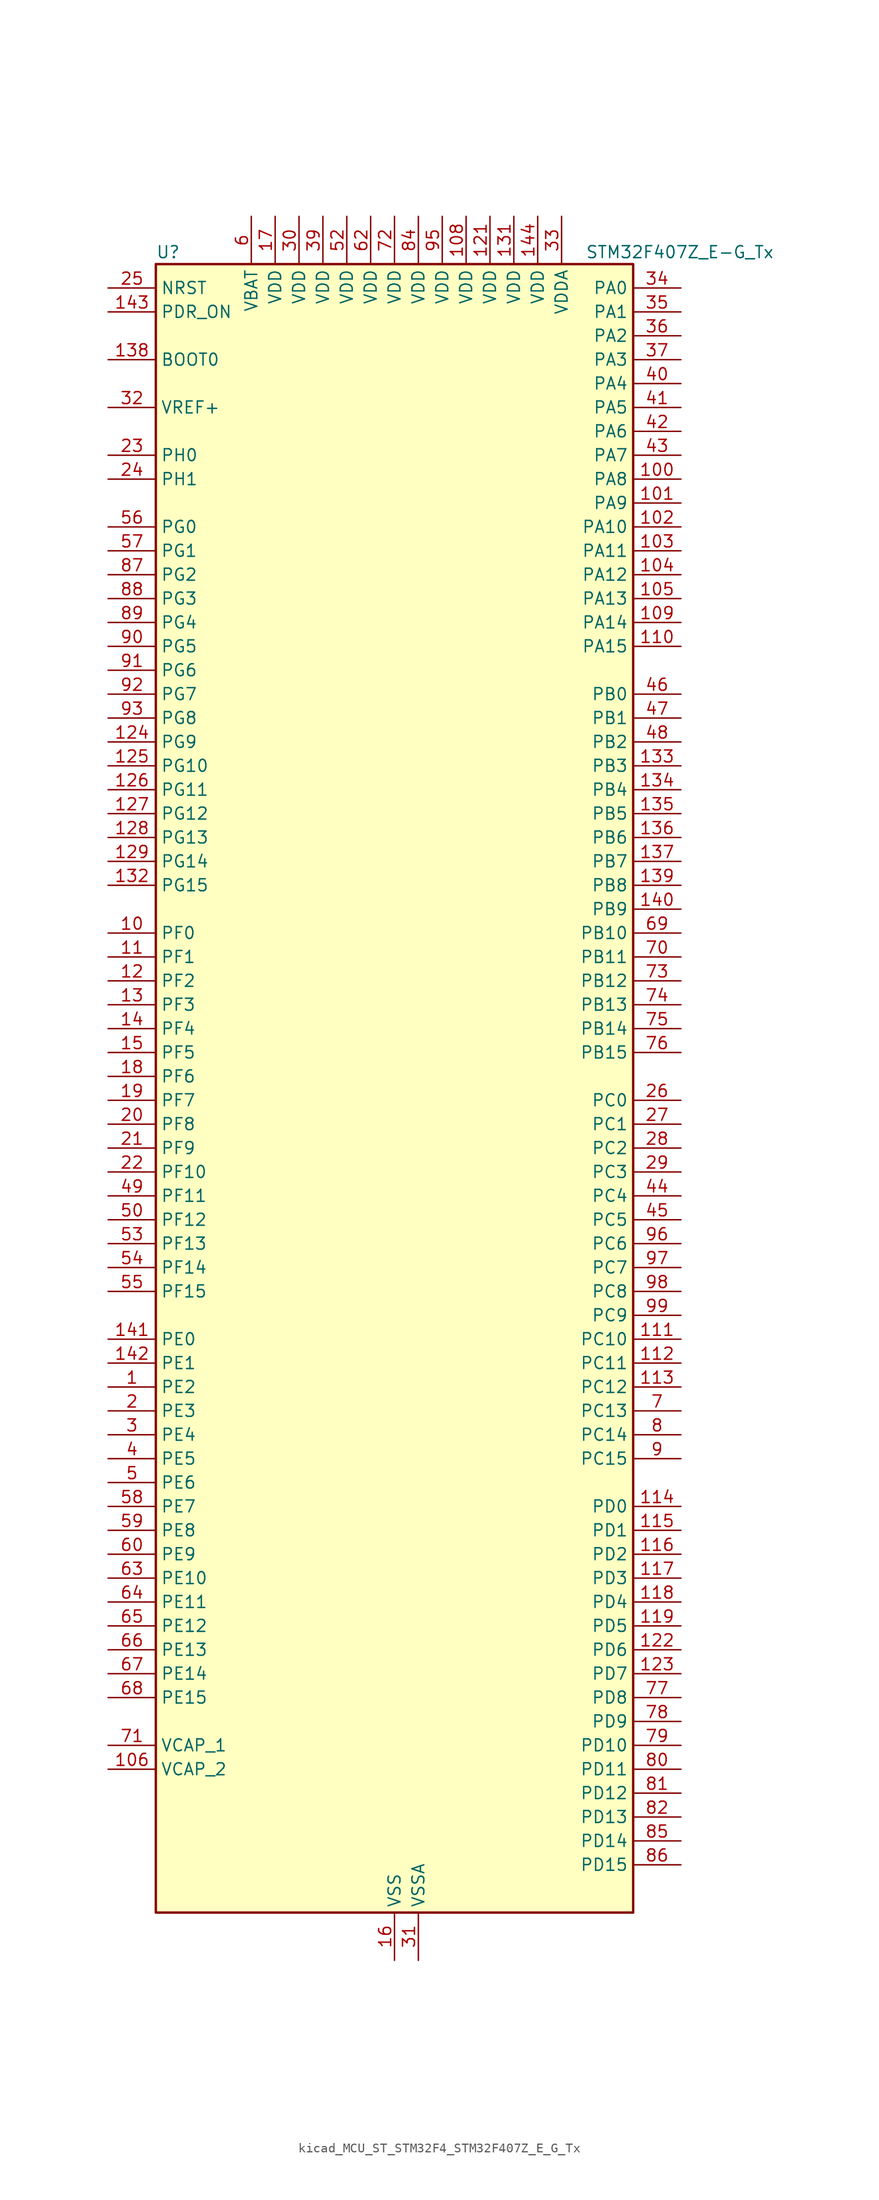
<source format=kicad_sym>
(kicad_symbol_lib
  (version 20220914)
  (generator kicad_symbol_editor)
  (symbol "kicad_MCU_ST_STM32F4_STM32F407Z_E_G_Tx"
    (property "Reference" "U"
      (at -25.4 90.17 0)
      (effects (font (size 1.27 1.27)) (justify left)))
    (property "Value" "STM32F407Z_E-G_Tx"
      (at 20.32 90.17 0)
      (effects (font (size 1.27 1.27)) (justify left)))
    (property "ki_locked" ""
      (at 0 0 0)
      (effects (font (size 1.27 1.27))))
    (symbol "kicad_MCU_ST_STM32F4_STM32F407Z_E_G_Tx_0_1"
      (rectangle (start -25.4 -86.36) (end 25.4 88.9) (stroke (width 0.254) (type default)) (fill (type background))))
    (symbol "kicad_MCU_ST_STM32F4_STM32F407Z_E_G_Tx_1_1"
      (pin bidirectional line (at -30.48 -30.48 0) (length 5.08) (name "PE2" (effects (font (size 1.27 1.27)))) (number "1" (effects (font (size 1.27 1.27)))) (alternate "ETH_TXD3" bidirectional line) (alternate "FSMC_A23" bidirectional line) (alternate "SYS_TRACECLK" bidirectional line))
      (pin bidirectional line (at -30.48 17.78 0) (length 5.08) (name "PF0" (effects (font (size 1.27 1.27)))) (number "10" (effects (font (size 1.27 1.27)))) (alternate "FSMC_A0" bidirectional line) (alternate "I2C2_SDA" bidirectional line))
      (pin bidirectional line (at 30.48 66.04 180) (length 5.08) (name "PA8" (effects (font (size 1.27 1.27)))) (number "100" (effects (font (size 1.27 1.27)))) (alternate "I2C3_SCL" bidirectional line) (alternate "RCC_MCO_1" bidirectional line) (alternate "TIM1_CH1" bidirectional line) (alternate "USART1_CK" bidirectional line) (alternate "USB_OTG_FS_SOF" bidirectional line))
      (pin bidirectional line (at 30.48 63.5 180) (length 5.08) (name "PA9" (effects (font (size 1.27 1.27)))) (number "101" (effects (font (size 1.27 1.27)))) (alternate "DAC_EXTI9" bidirectional line) (alternate "DCMI_D0" bidirectional line) (alternate "I2C3_SMBA" bidirectional line) (alternate "TIM1_CH2" bidirectional line) (alternate "USART1_TX" bidirectional line) (alternate "USB_OTG_FS_VBUS" bidirectional line))
      (pin bidirectional line (at 30.48 60.96 180) (length 5.08) (name "PA10" (effects (font (size 1.27 1.27)))) (number "102" (effects (font (size 1.27 1.27)))) (alternate "DCMI_D1" bidirectional line) (alternate "TIM1_CH3" bidirectional line) (alternate "USART1_RX" bidirectional line) (alternate "USB_OTG_FS_ID" bidirectional line))
      (pin bidirectional line (at 30.48 58.42 180) (length 5.08) (name "PA11" (effects (font (size 1.27 1.27)))) (number "103" (effects (font (size 1.27 1.27)))) (alternate "ADC1_EXTI11" bidirectional line) (alternate "ADC2_EXTI11" bidirectional line) (alternate "ADC3_EXTI11" bidirectional line) (alternate "CAN1_RX" bidirectional line) (alternate "TIM1_CH4" bidirectional line) (alternate "USART1_CTS" bidirectional line) (alternate "USB_OTG_FS_DM" bidirectional line))
      (pin bidirectional line (at 30.48 55.88 180) (length 5.08) (name "PA12" (effects (font (size 1.27 1.27)))) (number "104" (effects (font (size 1.27 1.27)))) (alternate "CAN1_TX" bidirectional line) (alternate "TIM1_ETR" bidirectional line) (alternate "USART1_RTS" bidirectional line) (alternate "USB_OTG_FS_DP" bidirectional line))
      (pin bidirectional line (at 30.48 53.34 180) (length 5.08) (name "PA13" (effects (font (size 1.27 1.27)))) (number "105" (effects (font (size 1.27 1.27)))) (alternate "SYS_JTMS-SWDIO" bidirectional line))
      (pin power_out line (at -30.48 -71.12 0) (length 5.08) (name "VCAP_2" (effects (font (size 1.27 1.27)))) (number "106" (effects (font (size 1.27 1.27)))))
      (pin passive line (at 0 -91.44 90) (length 5.08) hide (name "VSS" (effects (font (size 1.27 1.27)))) (number "107" (effects (font (size 1.27 1.27)))))
      (pin power_in line (at 7.62 93.98 270) (length 5.08) (name "VDD" (effects (font (size 1.27 1.27)))) (number "108" (effects (font (size 1.27 1.27)))))
      (pin bidirectional line (at 30.48 50.8 180) (length 5.08) (name "PA14" (effects (font (size 1.27 1.27)))) (number "109" (effects (font (size 1.27 1.27)))) (alternate "SYS_JTCK-SWCLK" bidirectional line))
      (pin bidirectional line (at -30.48 15.24 0) (length 5.08) (name "PF1" (effects (font (size 1.27 1.27)))) (number "11" (effects (font (size 1.27 1.27)))) (alternate "FSMC_A1" bidirectional line) (alternate "I2C2_SCL" bidirectional line))
      (pin bidirectional line (at 30.48 48.26 180) (length 5.08) (name "PA15" (effects (font (size 1.27 1.27)))) (number "110" (effects (font (size 1.27 1.27)))) (alternate "ADC1_EXTI15" bidirectional line) (alternate "ADC2_EXTI15" bidirectional line) (alternate "ADC3_EXTI15" bidirectional line) (alternate "I2S3_WS" bidirectional line) (alternate "SPI1_NSS" bidirectional line) (alternate "SPI3_NSS" bidirectional line) (alternate "SYS_JTDI" bidirectional line) (alternate "TIM2_CH1" bidirectional line) (alternate "TIM2_ETR" bidirectional line))
      (pin bidirectional line (at 30.48 -25.4 180) (length 5.08) (name "PC10" (effects (font (size 1.27 1.27)))) (number "111" (effects (font (size 1.27 1.27)))) (alternate "DCMI_D8" bidirectional line) (alternate "I2S3_CK" bidirectional line) (alternate "SDIO_D2" bidirectional line) (alternate "SPI3_SCK" bidirectional line) (alternate "UART4_TX" bidirectional line) (alternate "USART3_TX" bidirectional line))
      (pin bidirectional line (at 30.48 -27.94 180) (length 5.08) (name "PC11" (effects (font (size 1.27 1.27)))) (number "112" (effects (font (size 1.27 1.27)))) (alternate "ADC1_EXTI11" bidirectional line) (alternate "ADC2_EXTI11" bidirectional line) (alternate "ADC3_EXTI11" bidirectional line) (alternate "DCMI_D4" bidirectional line) (alternate "I2S3_ext_SD" bidirectional line) (alternate "SDIO_D3" bidirectional line) (alternate "SPI3_MISO" bidirectional line) (alternate "UART4_RX" bidirectional line) (alternate "USART3_RX" bidirectional line))
      (pin bidirectional line (at 30.48 -30.48 180) (length 5.08) (name "PC12" (effects (font (size 1.27 1.27)))) (number "113" (effects (font (size 1.27 1.27)))) (alternate "DCMI_D9" bidirectional line) (alternate "I2S3_SD" bidirectional line) (alternate "SDIO_CK" bidirectional line) (alternate "SPI3_MOSI" bidirectional line) (alternate "UART5_TX" bidirectional line) (alternate "USART3_CK" bidirectional line))
      (pin bidirectional line (at 30.48 -43.18 180) (length 5.08) (name "PD0" (effects (font (size 1.27 1.27)))) (number "114" (effects (font (size 1.27 1.27)))) (alternate "CAN1_RX" bidirectional line) (alternate "FSMC_D2" bidirectional line) (alternate "FSMC_DA2" bidirectional line))
      (pin bidirectional line (at 30.48 -45.72 180) (length 5.08) (name "PD1" (effects (font (size 1.27 1.27)))) (number "115" (effects (font (size 1.27 1.27)))) (alternate "CAN1_TX" bidirectional line) (alternate "FSMC_D3" bidirectional line) (alternate "FSMC_DA3" bidirectional line))
      (pin bidirectional line (at 30.48 -48.26 180) (length 5.08) (name "PD2" (effects (font (size 1.27 1.27)))) (number "116" (effects (font (size 1.27 1.27)))) (alternate "DCMI_D11" bidirectional line) (alternate "SDIO_CMD" bidirectional line) (alternate "TIM3_ETR" bidirectional line) (alternate "UART5_RX" bidirectional line))
      (pin bidirectional line (at 30.48 -50.8 180) (length 5.08) (name "PD3" (effects (font (size 1.27 1.27)))) (number "117" (effects (font (size 1.27 1.27)))) (alternate "FSMC_CLK" bidirectional line) (alternate "USART2_CTS" bidirectional line))
      (pin bidirectional line (at 30.48 -53.34 180) (length 5.08) (name "PD4" (effects (font (size 1.27 1.27)))) (number "118" (effects (font (size 1.27 1.27)))) (alternate "FSMC_NOE" bidirectional line) (alternate "USART2_RTS" bidirectional line))
      (pin bidirectional line (at 30.48 -55.88 180) (length 5.08) (name "PD5" (effects (font (size 1.27 1.27)))) (number "119" (effects (font (size 1.27 1.27)))) (alternate "FSMC_NWE" bidirectional line) (alternate "USART2_TX" bidirectional line))
      (pin bidirectional line (at -30.48 12.7 0) (length 5.08) (name "PF2" (effects (font (size 1.27 1.27)))) (number "12" (effects (font (size 1.27 1.27)))) (alternate "FSMC_A2" bidirectional line) (alternate "I2C2_SMBA" bidirectional line))
      (pin passive line (at 0 -91.44 90) (length 5.08) hide (name "VSS" (effects (font (size 1.27 1.27)))) (number "120" (effects (font (size 1.27 1.27)))))
      (pin power_in line (at 10.16 93.98 270) (length 5.08) (name "VDD" (effects (font (size 1.27 1.27)))) (number "121" (effects (font (size 1.27 1.27)))))
      (pin bidirectional line (at 30.48 -58.42 180) (length 5.08) (name "PD6" (effects (font (size 1.27 1.27)))) (number "122" (effects (font (size 1.27 1.27)))) (alternate "FSMC_NWAIT" bidirectional line) (alternate "USART2_RX" bidirectional line))
      (pin bidirectional line (at 30.48 -60.96 180) (length 5.08) (name "PD7" (effects (font (size 1.27 1.27)))) (number "123" (effects (font (size 1.27 1.27)))) (alternate "FSMC_NCE2" bidirectional line) (alternate "FSMC_NE1" bidirectional line) (alternate "USART2_CK" bidirectional line))
      (pin bidirectional line (at -30.48 38.1 0) (length 5.08) (name "PG9" (effects (font (size 1.27 1.27)))) (number "124" (effects (font (size 1.27 1.27)))) (alternate "DAC_EXTI9" bidirectional line) (alternate "FSMC_NCE3" bidirectional line) (alternate "FSMC_NE2" bidirectional line) (alternate "USART6_RX" bidirectional line))
      (pin bidirectional line (at -30.48 35.56 0) (length 5.08) (name "PG10" (effects (font (size 1.27 1.27)))) (number "125" (effects (font (size 1.27 1.27)))) (alternate "FSMC_NCE4_1" bidirectional line) (alternate "FSMC_NE3" bidirectional line))
      (pin bidirectional line (at -30.48 33.02 0) (length 5.08) (name "PG11" (effects (font (size 1.27 1.27)))) (number "126" (effects (font (size 1.27 1.27)))) (alternate "ADC1_EXTI11" bidirectional line) (alternate "ADC2_EXTI11" bidirectional line) (alternate "ADC3_EXTI11" bidirectional line) (alternate "ETH_TX_EN" bidirectional line) (alternate "FSMC_NCE4_2" bidirectional line))
      (pin bidirectional line (at -30.48 30.48 0) (length 5.08) (name "PG12" (effects (font (size 1.27 1.27)))) (number "127" (effects (font (size 1.27 1.27)))) (alternate "FSMC_NE4" bidirectional line) (alternate "USART6_RTS" bidirectional line))
      (pin bidirectional line (at -30.48 27.94 0) (length 5.08) (name "PG13" (effects (font (size 1.27 1.27)))) (number "128" (effects (font (size 1.27 1.27)))) (alternate "ETH_TXD0" bidirectional line) (alternate "FSMC_A24" bidirectional line) (alternate "USART6_CTS" bidirectional line))
      (pin bidirectional line (at -30.48 25.4 0) (length 5.08) (name "PG14" (effects (font (size 1.27 1.27)))) (number "129" (effects (font (size 1.27 1.27)))) (alternate "ETH_TXD1" bidirectional line) (alternate "FSMC_A25" bidirectional line) (alternate "USART6_TX" bidirectional line))
      (pin bidirectional line (at -30.48 10.16 0) (length 5.08) (name "PF3" (effects (font (size 1.27 1.27)))) (number "13" (effects (font (size 1.27 1.27)))) (alternate "ADC3_IN9" bidirectional line) (alternate "FSMC_A3" bidirectional line))
      (pin passive line (at 0 -91.44 90) (length 5.08) hide (name "VSS" (effects (font (size 1.27 1.27)))) (number "130" (effects (font (size 1.27 1.27)))))
      (pin power_in line (at 12.7 93.98 270) (length 5.08) (name "VDD" (effects (font (size 1.27 1.27)))) (number "131" (effects (font (size 1.27 1.27)))))
      (pin bidirectional line (at -30.48 22.86 0) (length 5.08) (name "PG15" (effects (font (size 1.27 1.27)))) (number "132" (effects (font (size 1.27 1.27)))) (alternate "ADC1_EXTI15" bidirectional line) (alternate "ADC2_EXTI15" bidirectional line) (alternate "ADC3_EXTI15" bidirectional line) (alternate "DCMI_D13" bidirectional line) (alternate "USART6_CTS" bidirectional line))
      (pin bidirectional line (at 30.48 35.56 180) (length 5.08) (name "PB3" (effects (font (size 1.27 1.27)))) (number "133" (effects (font (size 1.27 1.27)))) (alternate "I2S3_CK" bidirectional line) (alternate "SPI1_SCK" bidirectional line) (alternate "SPI3_SCK" bidirectional line) (alternate "SYS_JTDO-SWO" bidirectional line) (alternate "TIM2_CH2" bidirectional line))
      (pin bidirectional line (at 30.48 33.02 180) (length 5.08) (name "PB4" (effects (font (size 1.27 1.27)))) (number "134" (effects (font (size 1.27 1.27)))) (alternate "I2S3_ext_SD" bidirectional line) (alternate "SPI1_MISO" bidirectional line) (alternate "SPI3_MISO" bidirectional line) (alternate "SYS_JTRST" bidirectional line) (alternate "TIM3_CH1" bidirectional line))
      (pin bidirectional line (at 30.48 30.48 180) (length 5.08) (name "PB5" (effects (font (size 1.27 1.27)))) (number "135" (effects (font (size 1.27 1.27)))) (alternate "CAN2_RX" bidirectional line) (alternate "DCMI_D10" bidirectional line) (alternate "ETH_PPS_OUT" bidirectional line) (alternate "I2C1_SMBA" bidirectional line) (alternate "I2S3_SD" bidirectional line) (alternate "SPI1_MOSI" bidirectional line) (alternate "SPI3_MOSI" bidirectional line) (alternate "TIM3_CH2" bidirectional line) (alternate "USB_OTG_HS_ULPI_D7" bidirectional line))
      (pin bidirectional line (at 30.48 27.94 180) (length 5.08) (name "PB6" (effects (font (size 1.27 1.27)))) (number "136" (effects (font (size 1.27 1.27)))) (alternate "CAN2_TX" bidirectional line) (alternate "DCMI_D5" bidirectional line) (alternate "I2C1_SCL" bidirectional line) (alternate "TIM4_CH1" bidirectional line) (alternate "USART1_TX" bidirectional line))
      (pin bidirectional line (at 30.48 25.4 180) (length 5.08) (name "PB7" (effects (font (size 1.27 1.27)))) (number "137" (effects (font (size 1.27 1.27)))) (alternate "DCMI_VSYNC" bidirectional line) (alternate "FSMC_NL" bidirectional line) (alternate "I2C1_SDA" bidirectional line) (alternate "TIM4_CH2" bidirectional line) (alternate "USART1_RX" bidirectional line))
      (pin input line (at -30.48 78.74 0) (length 5.08) (name "BOOT0" (effects (font (size 1.27 1.27)))) (number "138" (effects (font (size 1.27 1.27)))))
      (pin bidirectional line (at 30.48 22.86 180) (length 5.08) (name "PB8" (effects (font (size 1.27 1.27)))) (number "139" (effects (font (size 1.27 1.27)))) (alternate "CAN1_RX" bidirectional line) (alternate "DCMI_D6" bidirectional line) (alternate "ETH_TXD3" bidirectional line) (alternate "I2C1_SCL" bidirectional line) (alternate "SDIO_D4" bidirectional line) (alternate "TIM10_CH1" bidirectional line) (alternate "TIM4_CH3" bidirectional line))
      (pin bidirectional line (at -30.48 7.62 0) (length 5.08) (name "PF4" (effects (font (size 1.27 1.27)))) (number "14" (effects (font (size 1.27 1.27)))) (alternate "ADC3_IN14" bidirectional line) (alternate "FSMC_A4" bidirectional line))
      (pin bidirectional line (at 30.48 20.32 180) (length 5.08) (name "PB9" (effects (font (size 1.27 1.27)))) (number "140" (effects (font (size 1.27 1.27)))) (alternate "CAN1_TX" bidirectional line) (alternate "DAC_EXTI9" bidirectional line) (alternate "DCMI_D7" bidirectional line) (alternate "I2C1_SDA" bidirectional line) (alternate "I2S2_WS" bidirectional line) (alternate "SDIO_D5" bidirectional line) (alternate "SPI2_NSS" bidirectional line) (alternate "TIM11_CH1" bidirectional line) (alternate "TIM4_CH4" bidirectional line))
      (pin bidirectional line (at -30.48 -25.4 0) (length 5.08) (name "PE0" (effects (font (size 1.27 1.27)))) (number "141" (effects (font (size 1.27 1.27)))) (alternate "DCMI_D2" bidirectional line) (alternate "FSMC_NBL0" bidirectional line) (alternate "TIM4_ETR" bidirectional line))
      (pin bidirectional line (at -30.48 -27.94 0) (length 5.08) (name "PE1" (effects (font (size 1.27 1.27)))) (number "142" (effects (font (size 1.27 1.27)))) (alternate "DCMI_D3" bidirectional line) (alternate "FSMC_NBL1" bidirectional line))
      (pin input line (at -30.48 83.82 0) (length 5.08) (name "PDR_ON" (effects (font (size 1.27 1.27)))) (number "143" (effects (font (size 1.27 1.27)))))
      (pin power_in line (at 15.24 93.98 270) (length 5.08) (name "VDD" (effects (font (size 1.27 1.27)))) (number "144" (effects (font (size 1.27 1.27)))))
      (pin bidirectional line (at -30.48 5.08 0) (length 5.08) (name "PF5" (effects (font (size 1.27 1.27)))) (number "15" (effects (font (size 1.27 1.27)))) (alternate "ADC3_IN15" bidirectional line) (alternate "FSMC_A5" bidirectional line))
      (pin power_in line (at 0 -91.44 90) (length 5.08) (name "VSS" (effects (font (size 1.27 1.27)))) (number "16" (effects (font (size 1.27 1.27)))))
      (pin power_in line (at -12.7 93.98 270) (length 5.08) (name "VDD" (effects (font (size 1.27 1.27)))) (number "17" (effects (font (size 1.27 1.27)))))
      (pin bidirectional line (at -30.48 2.54 0) (length 5.08) (name "PF6" (effects (font (size 1.27 1.27)))) (number "18" (effects (font (size 1.27 1.27)))) (alternate "ADC3_IN4" bidirectional line) (alternate "FSMC_NIORD" bidirectional line) (alternate "TIM10_CH1" bidirectional line))
      (pin bidirectional line (at -30.48 0 0) (length 5.08) (name "PF7" (effects (font (size 1.27 1.27)))) (number "19" (effects (font (size 1.27 1.27)))) (alternate "ADC3_IN5" bidirectional line) (alternate "FSMC_NREG" bidirectional line) (alternate "TIM11_CH1" bidirectional line))
      (pin bidirectional line (at -30.48 -33.02 0) (length 5.08) (name "PE3" (effects (font (size 1.27 1.27)))) (number "2" (effects (font (size 1.27 1.27)))) (alternate "FSMC_A19" bidirectional line) (alternate "SYS_TRACED0" bidirectional line))
      (pin bidirectional line (at -30.48 -2.54 0) (length 5.08) (name "PF8" (effects (font (size 1.27 1.27)))) (number "20" (effects (font (size 1.27 1.27)))) (alternate "ADC3_IN6" bidirectional line) (alternate "FSMC_NIOWR" bidirectional line) (alternate "TIM13_CH1" bidirectional line))
      (pin bidirectional line (at -30.48 -5.08 0) (length 5.08) (name "PF9" (effects (font (size 1.27 1.27)))) (number "21" (effects (font (size 1.27 1.27)))) (alternate "ADC3_IN7" bidirectional line) (alternate "DAC_EXTI9" bidirectional line) (alternate "FSMC_CD" bidirectional line) (alternate "TIM14_CH1" bidirectional line))
      (pin bidirectional line (at -30.48 -7.62 0) (length 5.08) (name "PF10" (effects (font (size 1.27 1.27)))) (number "22" (effects (font (size 1.27 1.27)))) (alternate "ADC3_IN8" bidirectional line) (alternate "FSMC_INTR" bidirectional line))
      (pin bidirectional line (at -30.48 68.58 0) (length 5.08) (name "PH0" (effects (font (size 1.27 1.27)))) (number "23" (effects (font (size 1.27 1.27)))) (alternate "RCC_OSC_IN" bidirectional line))
      (pin bidirectional line (at -30.48 66.04 0) (length 5.08) (name "PH1" (effects (font (size 1.27 1.27)))) (number "24" (effects (font (size 1.27 1.27)))) (alternate "RCC_OSC_OUT" bidirectional line))
      (pin input line (at -30.48 86.36 0) (length 5.08) (name "NRST" (effects (font (size 1.27 1.27)))) (number "25" (effects (font (size 1.27 1.27)))))
      (pin bidirectional line (at 30.48 0 180) (length 5.08) (name "PC0" (effects (font (size 1.27 1.27)))) (number "26" (effects (font (size 1.27 1.27)))) (alternate "ADC1_IN10" bidirectional line) (alternate "ADC2_IN10" bidirectional line) (alternate "ADC3_IN10" bidirectional line) (alternate "USB_OTG_HS_ULPI_STP" bidirectional line))
      (pin bidirectional line (at 30.48 -2.54 180) (length 5.08) (name "PC1" (effects (font (size 1.27 1.27)))) (number "27" (effects (font (size 1.27 1.27)))) (alternate "ADC1_IN11" bidirectional line) (alternate "ADC2_IN11" bidirectional line) (alternate "ADC3_IN11" bidirectional line) (alternate "ETH_MDC" bidirectional line))
      (pin bidirectional line (at 30.48 -5.08 180) (length 5.08) (name "PC2" (effects (font (size 1.27 1.27)))) (number "28" (effects (font (size 1.27 1.27)))) (alternate "ADC1_IN12" bidirectional line) (alternate "ADC2_IN12" bidirectional line) (alternate "ADC3_IN12" bidirectional line) (alternate "ETH_TXD2" bidirectional line) (alternate "I2S2_ext_SD" bidirectional line) (alternate "SPI2_MISO" bidirectional line) (alternate "USB_OTG_HS_ULPI_DIR" bidirectional line))
      (pin bidirectional line (at 30.48 -7.62 180) (length 5.08) (name "PC3" (effects (font (size 1.27 1.27)))) (number "29" (effects (font (size 1.27 1.27)))) (alternate "ADC1_IN13" bidirectional line) (alternate "ADC2_IN13" bidirectional line) (alternate "ADC3_IN13" bidirectional line) (alternate "ETH_TX_CLK" bidirectional line) (alternate "I2S2_SD" bidirectional line) (alternate "SPI2_MOSI" bidirectional line) (alternate "USB_OTG_HS_ULPI_NXT" bidirectional line))
      (pin bidirectional line (at -30.48 -35.56 0) (length 5.08) (name "PE4" (effects (font (size 1.27 1.27)))) (number "3" (effects (font (size 1.27 1.27)))) (alternate "DCMI_D4" bidirectional line) (alternate "FSMC_A20" bidirectional line) (alternate "SYS_TRACED1" bidirectional line))
      (pin power_in line (at -10.16 93.98 270) (length 5.08) (name "VDD" (effects (font (size 1.27 1.27)))) (number "30" (effects (font (size 1.27 1.27)))))
      (pin power_in line (at 2.54 -91.44 90) (length 5.08) (name "VSSA" (effects (font (size 1.27 1.27)))) (number "31" (effects (font (size 1.27 1.27)))))
      (pin input line (at -30.48 73.66 0) (length 5.08) (name "VREF+" (effects (font (size 1.27 1.27)))) (number "32" (effects (font (size 1.27 1.27)))))
      (pin power_in line (at 17.78 93.98 270) (length 5.08) (name "VDDA" (effects (font (size 1.27 1.27)))) (number "33" (effects (font (size 1.27 1.27)))))
      (pin bidirectional line (at 30.48 86.36 180) (length 5.08) (name "PA0" (effects (font (size 1.27 1.27)))) (number "34" (effects (font (size 1.27 1.27)))) (alternate "ADC1_IN0" bidirectional line) (alternate "ADC2_IN0" bidirectional line) (alternate "ADC3_IN0" bidirectional line) (alternate "ETH_CRS" bidirectional line) (alternate "SYS_WKUP" bidirectional line) (alternate "TIM2_CH1" bidirectional line) (alternate "TIM2_ETR" bidirectional line) (alternate "TIM5_CH1" bidirectional line) (alternate "TIM8_ETR" bidirectional line) (alternate "UART4_TX" bidirectional line) (alternate "USART2_CTS" bidirectional line))
      (pin bidirectional line (at 30.48 83.82 180) (length 5.08) (name "PA1" (effects (font (size 1.27 1.27)))) (number "35" (effects (font (size 1.27 1.27)))) (alternate "ADC1_IN1" bidirectional line) (alternate "ADC2_IN1" bidirectional line) (alternate "ADC3_IN1" bidirectional line) (alternate "ETH_REF_CLK" bidirectional line) (alternate "ETH_RX_CLK" bidirectional line) (alternate "TIM2_CH2" bidirectional line) (alternate "TIM5_CH2" bidirectional line) (alternate "UART4_RX" bidirectional line) (alternate "USART2_RTS" bidirectional line))
      (pin bidirectional line (at 30.48 81.28 180) (length 5.08) (name "PA2" (effects (font (size 1.27 1.27)))) (number "36" (effects (font (size 1.27 1.27)))) (alternate "ADC1_IN2" bidirectional line) (alternate "ADC2_IN2" bidirectional line) (alternate "ADC3_IN2" bidirectional line) (alternate "ETH_MDIO" bidirectional line) (alternate "TIM2_CH3" bidirectional line) (alternate "TIM5_CH3" bidirectional line) (alternate "TIM9_CH1" bidirectional line) (alternate "USART2_TX" bidirectional line))
      (pin bidirectional line (at 30.48 78.74 180) (length 5.08) (name "PA3" (effects (font (size 1.27 1.27)))) (number "37" (effects (font (size 1.27 1.27)))) (alternate "ADC1_IN3" bidirectional line) (alternate "ADC2_IN3" bidirectional line) (alternate "ADC3_IN3" bidirectional line) (alternate "ETH_COL" bidirectional line) (alternate "TIM2_CH4" bidirectional line) (alternate "TIM5_CH4" bidirectional line) (alternate "TIM9_CH2" bidirectional line) (alternate "USART2_RX" bidirectional line) (alternate "USB_OTG_HS_ULPI_D0" bidirectional line))
      (pin passive line (at 0 -91.44 90) (length 5.08) hide (name "VSS" (effects (font (size 1.27 1.27)))) (number "38" (effects (font (size 1.27 1.27)))))
      (pin power_in line (at -7.62 93.98 270) (length 5.08) (name "VDD" (effects (font (size 1.27 1.27)))) (number "39" (effects (font (size 1.27 1.27)))))
      (pin bidirectional line (at -30.48 -38.1 0) (length 5.08) (name "PE5" (effects (font (size 1.27 1.27)))) (number "4" (effects (font (size 1.27 1.27)))) (alternate "DCMI_D6" bidirectional line) (alternate "FSMC_A21" bidirectional line) (alternate "SYS_TRACED2" bidirectional line) (alternate "TIM9_CH1" bidirectional line))
      (pin bidirectional line (at 30.48 76.2 180) (length 5.08) (name "PA4" (effects (font (size 1.27 1.27)))) (number "40" (effects (font (size 1.27 1.27)))) (alternate "ADC1_IN4" bidirectional line) (alternate "ADC2_IN4" bidirectional line) (alternate "DAC_OUT1" bidirectional line) (alternate "DCMI_HSYNC" bidirectional line) (alternate "I2S3_WS" bidirectional line) (alternate "SPI1_NSS" bidirectional line) (alternate "SPI3_NSS" bidirectional line) (alternate "USART2_CK" bidirectional line) (alternate "USB_OTG_HS_SOF" bidirectional line))
      (pin bidirectional line (at 30.48 73.66 180) (length 5.08) (name "PA5" (effects (font (size 1.27 1.27)))) (number "41" (effects (font (size 1.27 1.27)))) (alternate "ADC1_IN5" bidirectional line) (alternate "ADC2_IN5" bidirectional line) (alternate "DAC_OUT2" bidirectional line) (alternate "SPI1_SCK" bidirectional line) (alternate "TIM2_CH1" bidirectional line) (alternate "TIM2_ETR" bidirectional line) (alternate "TIM8_CH1N" bidirectional line) (alternate "USB_OTG_HS_ULPI_CK" bidirectional line))
      (pin bidirectional line (at 30.48 71.12 180) (length 5.08) (name "PA6" (effects (font (size 1.27 1.27)))) (number "42" (effects (font (size 1.27 1.27)))) (alternate "ADC1_IN6" bidirectional line) (alternate "ADC2_IN6" bidirectional line) (alternate "DCMI_PIXCLK" bidirectional line) (alternate "SPI1_MISO" bidirectional line) (alternate "TIM13_CH1" bidirectional line) (alternate "TIM1_BKIN" bidirectional line) (alternate "TIM3_CH1" bidirectional line) (alternate "TIM8_BKIN" bidirectional line))
      (pin bidirectional line (at 30.48 68.58 180) (length 5.08) (name "PA7" (effects (font (size 1.27 1.27)))) (number "43" (effects (font (size 1.27 1.27)))) (alternate "ADC1_IN7" bidirectional line) (alternate "ADC2_IN7" bidirectional line) (alternate "ETH_CRS_DV" bidirectional line) (alternate "ETH_RX_DV" bidirectional line) (alternate "SPI1_MOSI" bidirectional line) (alternate "TIM14_CH1" bidirectional line) (alternate "TIM1_CH1N" bidirectional line) (alternate "TIM3_CH2" bidirectional line) (alternate "TIM8_CH1N" bidirectional line))
      (pin bidirectional line (at 30.48 -10.16 180) (length 5.08) (name "PC4" (effects (font (size 1.27 1.27)))) (number "44" (effects (font (size 1.27 1.27)))) (alternate "ADC1_IN14" bidirectional line) (alternate "ADC2_IN14" bidirectional line) (alternate "ETH_RXD0" bidirectional line))
      (pin bidirectional line (at 30.48 -12.7 180) (length 5.08) (name "PC5" (effects (font (size 1.27 1.27)))) (number "45" (effects (font (size 1.27 1.27)))) (alternate "ADC1_IN15" bidirectional line) (alternate "ADC2_IN15" bidirectional line) (alternate "ETH_RXD1" bidirectional line))
      (pin bidirectional line (at 30.48 43.18 180) (length 5.08) (name "PB0" (effects (font (size 1.27 1.27)))) (number "46" (effects (font (size 1.27 1.27)))) (alternate "ADC1_IN8" bidirectional line) (alternate "ADC2_IN8" bidirectional line) (alternate "ETH_RXD2" bidirectional line) (alternate "TIM1_CH2N" bidirectional line) (alternate "TIM3_CH3" bidirectional line) (alternate "TIM8_CH2N" bidirectional line) (alternate "USB_OTG_HS_ULPI_D1" bidirectional line))
      (pin bidirectional line (at 30.48 40.64 180) (length 5.08) (name "PB1" (effects (font (size 1.27 1.27)))) (number "47" (effects (font (size 1.27 1.27)))) (alternate "ADC1_IN9" bidirectional line) (alternate "ADC2_IN9" bidirectional line) (alternate "ETH_RXD3" bidirectional line) (alternate "TIM1_CH3N" bidirectional line) (alternate "TIM3_CH4" bidirectional line) (alternate "TIM8_CH3N" bidirectional line) (alternate "USB_OTG_HS_ULPI_D2" bidirectional line))
      (pin bidirectional line (at 30.48 38.1 180) (length 5.08) (name "PB2" (effects (font (size 1.27 1.27)))) (number "48" (effects (font (size 1.27 1.27)))))
      (pin bidirectional line (at -30.48 -10.16 0) (length 5.08) (name "PF11" (effects (font (size 1.27 1.27)))) (number "49" (effects (font (size 1.27 1.27)))) (alternate "ADC1_EXTI11" bidirectional line) (alternate "ADC2_EXTI11" bidirectional line) (alternate "ADC3_EXTI11" bidirectional line) (alternate "DCMI_D12" bidirectional line))
      (pin bidirectional line (at -30.48 -40.64 0) (length 5.08) (name "PE6" (effects (font (size 1.27 1.27)))) (number "5" (effects (font (size 1.27 1.27)))) (alternate "DCMI_D7" bidirectional line) (alternate "FSMC_A22" bidirectional line) (alternate "SYS_TRACED3" bidirectional line) (alternate "TIM9_CH2" bidirectional line))
      (pin bidirectional line (at -30.48 -12.7 0) (length 5.08) (name "PF12" (effects (font (size 1.27 1.27)))) (number "50" (effects (font (size 1.27 1.27)))) (alternate "FSMC_A6" bidirectional line))
      (pin passive line (at 0 -91.44 90) (length 5.08) hide (name "VSS" (effects (font (size 1.27 1.27)))) (number "51" (effects (font (size 1.27 1.27)))))
      (pin power_in line (at -5.08 93.98 270) (length 5.08) (name "VDD" (effects (font (size 1.27 1.27)))) (number "52" (effects (font (size 1.27 1.27)))))
      (pin bidirectional line (at -30.48 -15.24 0) (length 5.08) (name "PF13" (effects (font (size 1.27 1.27)))) (number "53" (effects (font (size 1.27 1.27)))) (alternate "FSMC_A7" bidirectional line))
      (pin bidirectional line (at -30.48 -17.78 0) (length 5.08) (name "PF14" (effects (font (size 1.27 1.27)))) (number "54" (effects (font (size 1.27 1.27)))) (alternate "FSMC_A8" bidirectional line))
      (pin bidirectional line (at -30.48 -20.32 0) (length 5.08) (name "PF15" (effects (font (size 1.27 1.27)))) (number "55" (effects (font (size 1.27 1.27)))) (alternate "ADC1_EXTI15" bidirectional line) (alternate "ADC2_EXTI15" bidirectional line) (alternate "ADC3_EXTI15" bidirectional line) (alternate "FSMC_A9" bidirectional line))
      (pin bidirectional line (at -30.48 60.96 0) (length 5.08) (name "PG0" (effects (font (size 1.27 1.27)))) (number "56" (effects (font (size 1.27 1.27)))) (alternate "FSMC_A10" bidirectional line))
      (pin bidirectional line (at -30.48 58.42 0) (length 5.08) (name "PG1" (effects (font (size 1.27 1.27)))) (number "57" (effects (font (size 1.27 1.27)))) (alternate "FSMC_A11" bidirectional line))
      (pin bidirectional line (at -30.48 -43.18 0) (length 5.08) (name "PE7" (effects (font (size 1.27 1.27)))) (number "58" (effects (font (size 1.27 1.27)))) (alternate "FSMC_D4" bidirectional line) (alternate "FSMC_DA4" bidirectional line) (alternate "TIM1_ETR" bidirectional line))
      (pin bidirectional line (at -30.48 -45.72 0) (length 5.08) (name "PE8" (effects (font (size 1.27 1.27)))) (number "59" (effects (font (size 1.27 1.27)))) (alternate "FSMC_D5" bidirectional line) (alternate "FSMC_DA5" bidirectional line) (alternate "TIM1_CH1N" bidirectional line))
      (pin power_in line (at -15.24 93.98 270) (length 5.08) (name "VBAT" (effects (font (size 1.27 1.27)))) (number "6" (effects (font (size 1.27 1.27)))))
      (pin bidirectional line (at -30.48 -48.26 0) (length 5.08) (name "PE9" (effects (font (size 1.27 1.27)))) (number "60" (effects (font (size 1.27 1.27)))) (alternate "DAC_EXTI9" bidirectional line) (alternate "FSMC_D6" bidirectional line) (alternate "FSMC_DA6" bidirectional line) (alternate "TIM1_CH1" bidirectional line))
      (pin passive line (at 0 -91.44 90) (length 5.08) hide (name "VSS" (effects (font (size 1.27 1.27)))) (number "61" (effects (font (size 1.27 1.27)))))
      (pin power_in line (at -2.54 93.98 270) (length 5.08) (name "VDD" (effects (font (size 1.27 1.27)))) (number "62" (effects (font (size 1.27 1.27)))))
      (pin bidirectional line (at -30.48 -50.8 0) (length 5.08) (name "PE10" (effects (font (size 1.27 1.27)))) (number "63" (effects (font (size 1.27 1.27)))) (alternate "FSMC_D7" bidirectional line) (alternate "FSMC_DA7" bidirectional line) (alternate "TIM1_CH2N" bidirectional line))
      (pin bidirectional line (at -30.48 -53.34 0) (length 5.08) (name "PE11" (effects (font (size 1.27 1.27)))) (number "64" (effects (font (size 1.27 1.27)))) (alternate "ADC1_EXTI11" bidirectional line) (alternate "ADC2_EXTI11" bidirectional line) (alternate "ADC3_EXTI11" bidirectional line) (alternate "FSMC_D8" bidirectional line) (alternate "FSMC_DA8" bidirectional line) (alternate "TIM1_CH2" bidirectional line))
      (pin bidirectional line (at -30.48 -55.88 0) (length 5.08) (name "PE12" (effects (font (size 1.27 1.27)))) (number "65" (effects (font (size 1.27 1.27)))) (alternate "FSMC_D9" bidirectional line) (alternate "FSMC_DA9" bidirectional line) (alternate "TIM1_CH3N" bidirectional line))
      (pin bidirectional line (at -30.48 -58.42 0) (length 5.08) (name "PE13" (effects (font (size 1.27 1.27)))) (number "66" (effects (font (size 1.27 1.27)))) (alternate "FSMC_D10" bidirectional line) (alternate "FSMC_DA10" bidirectional line) (alternate "TIM1_CH3" bidirectional line))
      (pin bidirectional line (at -30.48 -60.96 0) (length 5.08) (name "PE14" (effects (font (size 1.27 1.27)))) (number "67" (effects (font (size 1.27 1.27)))) (alternate "FSMC_D11" bidirectional line) (alternate "FSMC_DA11" bidirectional line) (alternate "TIM1_CH4" bidirectional line))
      (pin bidirectional line (at -30.48 -63.5 0) (length 5.08) (name "PE15" (effects (font (size 1.27 1.27)))) (number "68" (effects (font (size 1.27 1.27)))) (alternate "ADC1_EXTI15" bidirectional line) (alternate "ADC2_EXTI15" bidirectional line) (alternate "ADC3_EXTI15" bidirectional line) (alternate "FSMC_D12" bidirectional line) (alternate "FSMC_DA12" bidirectional line) (alternate "TIM1_BKIN" bidirectional line))
      (pin bidirectional line (at 30.48 17.78 180) (length 5.08) (name "PB10" (effects (font (size 1.27 1.27)))) (number "69" (effects (font (size 1.27 1.27)))) (alternate "ETH_RX_ER" bidirectional line) (alternate "I2C2_SCL" bidirectional line) (alternate "I2S2_CK" bidirectional line) (alternate "SPI2_SCK" bidirectional line) (alternate "TIM2_CH3" bidirectional line) (alternate "USART3_TX" bidirectional line) (alternate "USB_OTG_HS_ULPI_D3" bidirectional line))
      (pin bidirectional line (at 30.48 -33.02 180) (length 5.08) (name "PC13" (effects (font (size 1.27 1.27)))) (number "7" (effects (font (size 1.27 1.27)))) (alternate "RTC_AF1" bidirectional line))
      (pin bidirectional line (at 30.48 15.24 180) (length 5.08) (name "PB11" (effects (font (size 1.27 1.27)))) (number "70" (effects (font (size 1.27 1.27)))) (alternate "ADC1_EXTI11" bidirectional line) (alternate "ADC2_EXTI11" bidirectional line) (alternate "ADC3_EXTI11" bidirectional line) (alternate "ETH_TX_EN" bidirectional line) (alternate "I2C2_SDA" bidirectional line) (alternate "TIM2_CH4" bidirectional line) (alternate "USART3_RX" bidirectional line) (alternate "USB_OTG_HS_ULPI_D4" bidirectional line))
      (pin power_out line (at -30.48 -68.58 0) (length 5.08) (name "VCAP_1" (effects (font (size 1.27 1.27)))) (number "71" (effects (font (size 1.27 1.27)))))
      (pin power_in line (at 0 93.98 270) (length 5.08) (name "VDD" (effects (font (size 1.27 1.27)))) (number "72" (effects (font (size 1.27 1.27)))))
      (pin bidirectional line (at 30.48 12.7 180) (length 5.08) (name "PB12" (effects (font (size 1.27 1.27)))) (number "73" (effects (font (size 1.27 1.27)))) (alternate "CAN2_RX" bidirectional line) (alternate "ETH_TXD0" bidirectional line) (alternate "I2C2_SMBA" bidirectional line) (alternate "I2S2_WS" bidirectional line) (alternate "SPI2_NSS" bidirectional line) (alternate "TIM1_BKIN" bidirectional line) (alternate "USART3_CK" bidirectional line) (alternate "USB_OTG_HS_ID" bidirectional line) (alternate "USB_OTG_HS_ULPI_D5" bidirectional line))
      (pin bidirectional line (at 30.48 10.16 180) (length 5.08) (name "PB13" (effects (font (size 1.27 1.27)))) (number "74" (effects (font (size 1.27 1.27)))) (alternate "CAN2_TX" bidirectional line) (alternate "ETH_TXD1" bidirectional line) (alternate "I2S2_CK" bidirectional line) (alternate "SPI2_SCK" bidirectional line) (alternate "TIM1_CH1N" bidirectional line) (alternate "USART3_CTS" bidirectional line) (alternate "USB_OTG_HS_ULPI_D6" bidirectional line) (alternate "USB_OTG_HS_VBUS" bidirectional line))
      (pin bidirectional line (at 30.48 7.62 180) (length 5.08) (name "PB14" (effects (font (size 1.27 1.27)))) (number "75" (effects (font (size 1.27 1.27)))) (alternate "I2S2_ext_SD" bidirectional line) (alternate "SPI2_MISO" bidirectional line) (alternate "TIM12_CH1" bidirectional line) (alternate "TIM1_CH2N" bidirectional line) (alternate "TIM8_CH2N" bidirectional line) (alternate "USART3_RTS" bidirectional line) (alternate "USB_OTG_HS_DM" bidirectional line))
      (pin bidirectional line (at 30.48 5.08 180) (length 5.08) (name "PB15" (effects (font (size 1.27 1.27)))) (number "76" (effects (font (size 1.27 1.27)))) (alternate "ADC1_EXTI15" bidirectional line) (alternate "ADC2_EXTI15" bidirectional line) (alternate "ADC3_EXTI15" bidirectional line) (alternate "I2S2_SD" bidirectional line) (alternate "RTC_REFIN" bidirectional line) (alternate "SPI2_MOSI" bidirectional line) (alternate "TIM12_CH2" bidirectional line) (alternate "TIM1_CH3N" bidirectional line) (alternate "TIM8_CH3N" bidirectional line) (alternate "USB_OTG_HS_DP" bidirectional line))
      (pin bidirectional line (at 30.48 -63.5 180) (length 5.08) (name "PD8" (effects (font (size 1.27 1.27)))) (number "77" (effects (font (size 1.27 1.27)))) (alternate "FSMC_D13" bidirectional line) (alternate "FSMC_DA13" bidirectional line) (alternate "USART3_TX" bidirectional line))
      (pin bidirectional line (at 30.48 -66.04 180) (length 5.08) (name "PD9" (effects (font (size 1.27 1.27)))) (number "78" (effects (font (size 1.27 1.27)))) (alternate "DAC_EXTI9" bidirectional line) (alternate "FSMC_D14" bidirectional line) (alternate "FSMC_DA14" bidirectional line) (alternate "USART3_RX" bidirectional line))
      (pin bidirectional line (at 30.48 -68.58 180) (length 5.08) (name "PD10" (effects (font (size 1.27 1.27)))) (number "79" (effects (font (size 1.27 1.27)))) (alternate "FSMC_D15" bidirectional line) (alternate "FSMC_DA15" bidirectional line) (alternate "USART3_CK" bidirectional line))
      (pin bidirectional line (at 30.48 -35.56 180) (length 5.08) (name "PC14" (effects (font (size 1.27 1.27)))) (number "8" (effects (font (size 1.27 1.27)))) (alternate "RCC_OSC32_IN" bidirectional line))
      (pin bidirectional line (at 30.48 -71.12 180) (length 5.08) (name "PD11" (effects (font (size 1.27 1.27)))) (number "80" (effects (font (size 1.27 1.27)))) (alternate "ADC1_EXTI11" bidirectional line) (alternate "ADC2_EXTI11" bidirectional line) (alternate "ADC3_EXTI11" bidirectional line) (alternate "FSMC_A16" bidirectional line) (alternate "FSMC_CLE" bidirectional line) (alternate "USART3_CTS" bidirectional line))
      (pin bidirectional line (at 30.48 -73.66 180) (length 5.08) (name "PD12" (effects (font (size 1.27 1.27)))) (number "81" (effects (font (size 1.27 1.27)))) (alternate "FSMC_A17" bidirectional line) (alternate "FSMC_ALE" bidirectional line) (alternate "TIM4_CH1" bidirectional line) (alternate "USART3_RTS" bidirectional line))
      (pin bidirectional line (at 30.48 -76.2 180) (length 5.08) (name "PD13" (effects (font (size 1.27 1.27)))) (number "82" (effects (font (size 1.27 1.27)))) (alternate "FSMC_A18" bidirectional line) (alternate "TIM4_CH2" bidirectional line))
      (pin passive line (at 0 -91.44 90) (length 5.08) hide (name "VSS" (effects (font (size 1.27 1.27)))) (number "83" (effects (font (size 1.27 1.27)))))
      (pin power_in line (at 2.54 93.98 270) (length 5.08) (name "VDD" (effects (font (size 1.27 1.27)))) (number "84" (effects (font (size 1.27 1.27)))))
      (pin bidirectional line (at 30.48 -78.74 180) (length 5.08) (name "PD14" (effects (font (size 1.27 1.27)))) (number "85" (effects (font (size 1.27 1.27)))) (alternate "FSMC_D0" bidirectional line) (alternate "FSMC_DA0" bidirectional line) (alternate "TIM4_CH3" bidirectional line))
      (pin bidirectional line (at 30.48 -81.28 180) (length 5.08) (name "PD15" (effects (font (size 1.27 1.27)))) (number "86" (effects (font (size 1.27 1.27)))) (alternate "ADC1_EXTI15" bidirectional line) (alternate "ADC2_EXTI15" bidirectional line) (alternate "ADC3_EXTI15" bidirectional line) (alternate "FSMC_D1" bidirectional line) (alternate "FSMC_DA1" bidirectional line) (alternate "TIM4_CH4" bidirectional line))
      (pin bidirectional line (at -30.48 55.88 0) (length 5.08) (name "PG2" (effects (font (size 1.27 1.27)))) (number "87" (effects (font (size 1.27 1.27)))) (alternate "FSMC_A12" bidirectional line))
      (pin bidirectional line (at -30.48 53.34 0) (length 5.08) (name "PG3" (effects (font (size 1.27 1.27)))) (number "88" (effects (font (size 1.27 1.27)))) (alternate "FSMC_A13" bidirectional line))
      (pin bidirectional line (at -30.48 50.8 0) (length 5.08) (name "PG4" (effects (font (size 1.27 1.27)))) (number "89" (effects (font (size 1.27 1.27)))) (alternate "FSMC_A14" bidirectional line))
      (pin bidirectional line (at 30.48 -38.1 180) (length 5.08) (name "PC15" (effects (font (size 1.27 1.27)))) (number "9" (effects (font (size 1.27 1.27)))) (alternate "ADC1_EXTI15" bidirectional line) (alternate "ADC2_EXTI15" bidirectional line) (alternate "ADC3_EXTI15" bidirectional line) (alternate "RCC_OSC32_OUT" bidirectional line))
      (pin bidirectional line (at -30.48 48.26 0) (length 5.08) (name "PG5" (effects (font (size 1.27 1.27)))) (number "90" (effects (font (size 1.27 1.27)))) (alternate "FSMC_A15" bidirectional line))
      (pin bidirectional line (at -30.48 45.72 0) (length 5.08) (name "PG6" (effects (font (size 1.27 1.27)))) (number "91" (effects (font (size 1.27 1.27)))) (alternate "FSMC_INT2" bidirectional line))
      (pin bidirectional line (at -30.48 43.18 0) (length 5.08) (name "PG7" (effects (font (size 1.27 1.27)))) (number "92" (effects (font (size 1.27 1.27)))) (alternate "FSMC_INT3" bidirectional line) (alternate "USART6_CK" bidirectional line))
      (pin bidirectional line (at -30.48 40.64 0) (length 5.08) (name "PG8" (effects (font (size 1.27 1.27)))) (number "93" (effects (font (size 1.27 1.27)))) (alternate "ETH_PPS_OUT" bidirectional line) (alternate "USART6_RTS" bidirectional line))
      (pin passive line (at 0 -91.44 90) (length 5.08) hide (name "VSS" (effects (font (size 1.27 1.27)))) (number "94" (effects (font (size 1.27 1.27)))))
      (pin power_in line (at 5.08 93.98 270) (length 5.08) (name "VDD" (effects (font (size 1.27 1.27)))) (number "95" (effects (font (size 1.27 1.27)))))
      (pin bidirectional line (at 30.48 -15.24 180) (length 5.08) (name "PC6" (effects (font (size 1.27 1.27)))) (number "96" (effects (font (size 1.27 1.27)))) (alternate "DCMI_D0" bidirectional line) (alternate "I2S2_MCK" bidirectional line) (alternate "SDIO_D6" bidirectional line) (alternate "TIM3_CH1" bidirectional line) (alternate "TIM8_CH1" bidirectional line) (alternate "USART6_TX" bidirectional line))
      (pin bidirectional line (at 30.48 -17.78 180) (length 5.08) (name "PC7" (effects (font (size 1.27 1.27)))) (number "97" (effects (font (size 1.27 1.27)))) (alternate "DCMI_D1" bidirectional line) (alternate "I2S3_MCK" bidirectional line) (alternate "SDIO_D7" bidirectional line) (alternate "TIM3_CH2" bidirectional line) (alternate "TIM8_CH2" bidirectional line) (alternate "USART6_RX" bidirectional line))
      (pin bidirectional line (at 30.48 -20.32 180) (length 5.08) (name "PC8" (effects (font (size 1.27 1.27)))) (number "98" (effects (font (size 1.27 1.27)))) (alternate "DCMI_D2" bidirectional line) (alternate "SDIO_D0" bidirectional line) (alternate "TIM3_CH3" bidirectional line) (alternate "TIM8_CH3" bidirectional line) (alternate "USART6_CK" bidirectional line))
      (pin bidirectional line (at 30.48 -22.86 180) (length 5.08) (name "PC9" (effects (font (size 1.27 1.27)))) (number "99" (effects (font (size 1.27 1.27)))) (alternate "DAC_EXTI9" bidirectional line) (alternate "DCMI_D3" bidirectional line) (alternate "I2C3_SDA" bidirectional line) (alternate "I2S_CKIN" bidirectional line) (alternate "RCC_MCO_2" bidirectional line) (alternate "SDIO_D1" bidirectional line) (alternate "TIM3_CH4" bidirectional line) (alternate "TIM8_CH4" bidirectional line)))))
</source>
